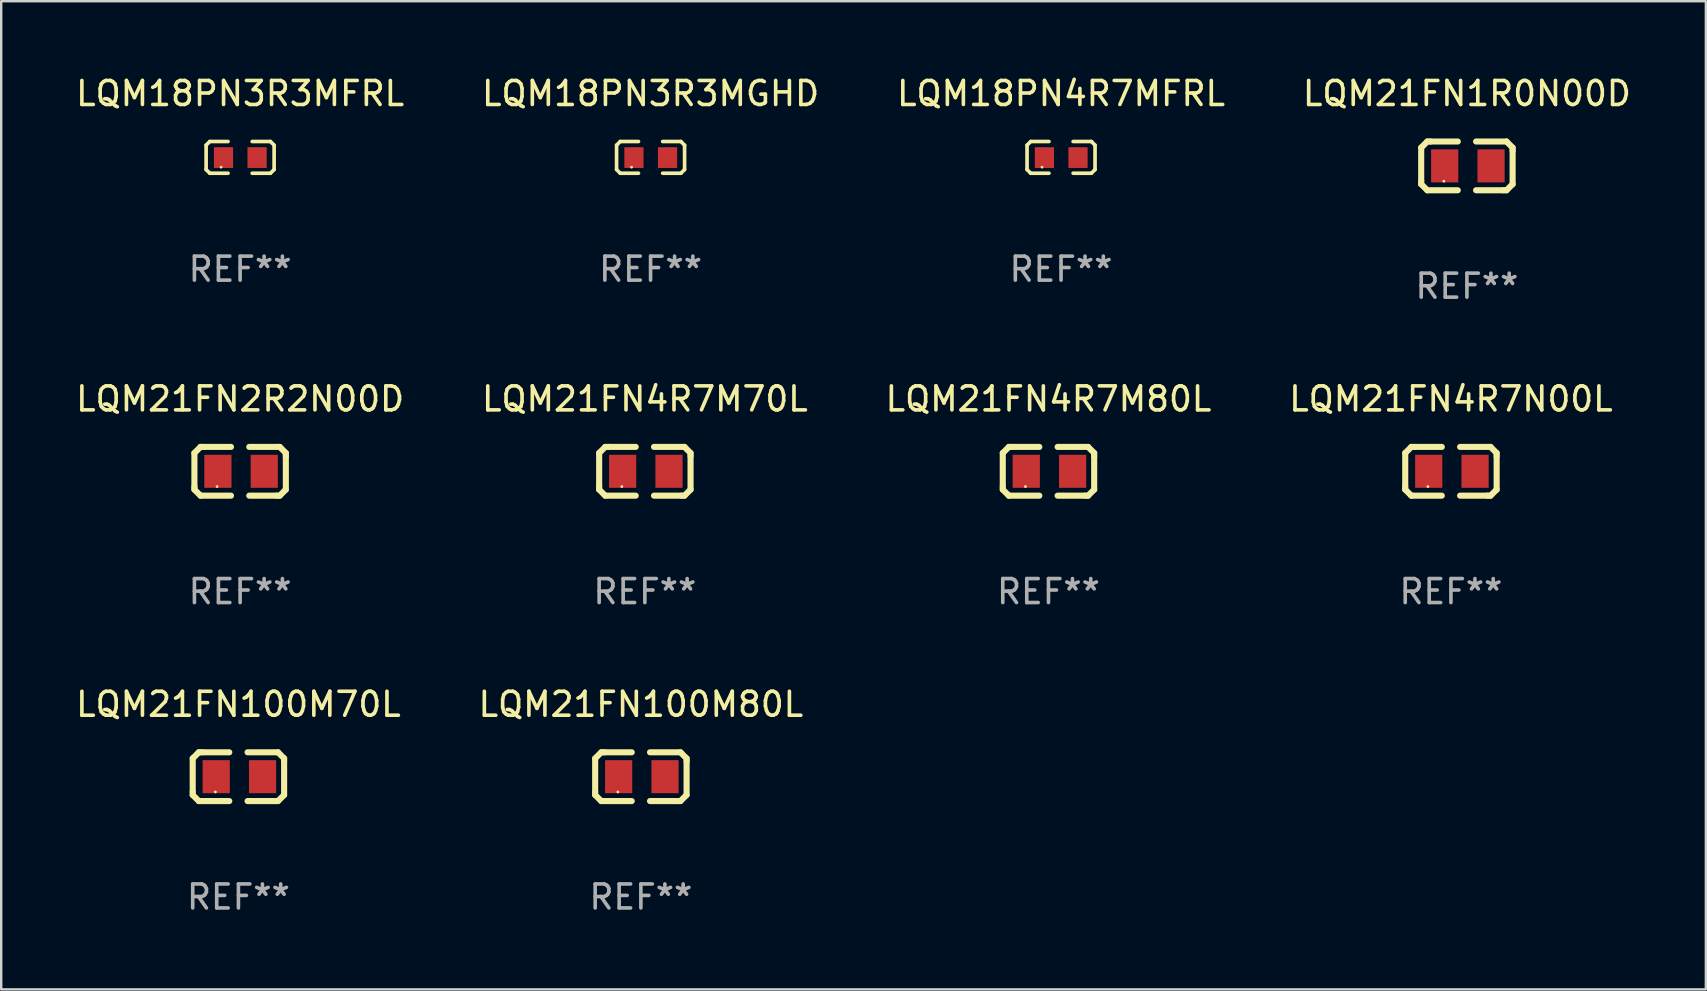
<source format=kicad_pcb>
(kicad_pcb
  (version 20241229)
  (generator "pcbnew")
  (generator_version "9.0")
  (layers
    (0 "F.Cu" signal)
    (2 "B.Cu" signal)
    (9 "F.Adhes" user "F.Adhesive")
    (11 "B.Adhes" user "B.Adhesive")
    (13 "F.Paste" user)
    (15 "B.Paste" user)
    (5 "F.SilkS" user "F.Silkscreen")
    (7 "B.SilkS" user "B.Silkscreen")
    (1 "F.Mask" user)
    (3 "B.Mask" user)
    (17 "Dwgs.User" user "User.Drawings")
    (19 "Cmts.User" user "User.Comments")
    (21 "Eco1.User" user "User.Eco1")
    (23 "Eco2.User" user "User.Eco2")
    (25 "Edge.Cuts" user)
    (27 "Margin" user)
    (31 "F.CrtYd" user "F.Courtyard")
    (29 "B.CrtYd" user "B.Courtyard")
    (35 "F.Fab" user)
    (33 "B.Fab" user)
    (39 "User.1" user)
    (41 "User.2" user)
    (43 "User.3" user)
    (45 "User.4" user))
  (footprint "LQM18PN3R3MFRL"
    (layer "F.Cu")
    (at 6.958 3.509)
    (property "Reference" "LQM18PN3R3MFRL" (at 0 -2.661 0) (layer "F.SilkS") (effects (font (size 1 1) (thickness 0.15))))
    (attr through_hole)
    (fp_line (start -1.417 -0.508) (end -1.265 -0.661) (stroke (width 0.152) (type solid)) (layer "F.SilkS"))
    (fp_line (start -1.417 0.508) (end -1.417 -0.508) (stroke (width 0.152) (type solid)) (layer "F.SilkS"))
    (fp_line (start -1.265 -0.661) (end -0.503 -0.661) (stroke (width 0.152) (type solid)) (layer "F.SilkS"))
    (fp_line (start -1.265 0.661) (end -1.417 0.508) (stroke (width 0.152) (type solid)) (layer "F.SilkS"))
    (fp_line (start -1.265 0.661) (end -0.503 0.661) (stroke (width 0.152) (type solid)) (layer "F.SilkS"))
    (fp_line (start 1.265 -0.661) (end 0.503 -0.661) (stroke (width 0.152) (type solid)) (layer "F.SilkS"))
    (fp_line (start 1.265 -0.661) (end 1.417 -0.508) (stroke (width 0.152) (type solid)) (layer "F.SilkS"))
    (fp_line (start 1.265 0.661) (end 0.503 0.661) (stroke (width 0.152) (type solid)) (layer "F.SilkS"))
    (fp_line (start 1.417 -0.508) (end 1.417 0.508) (stroke (width 0.152) (type solid)) (layer "F.SilkS"))
    (fp_line (start 1.417 0.508) (end 1.265 0.661) (stroke (width 0.152) (type solid)) (layer "F.SilkS"))
    (fp_circle (center -0.793 0.409) (end -0.763 0.409) (stroke (width 0.06) (type solid)) (fill no) (layer "F.SilkS"))
    (fp_text user "REF**" (at 0 4.661 0) (layer "F.Fab") (effects (font (size 1 1) (thickness 0.15))))
    (pad "1" smd rect (at -0.693 0.009 180) (size 0.8 0.864) (layers "F.Cu" "F.Mask" "F.Paste"))
    (pad "2" smd rect (at 0.707 0.009 180) (size 0.8 0.864) (layers "F.Cu" "F.Mask" "F.Paste")))
  (footprint "LQM21FN4R7M70L"
    (layer "F.Cu")
    (at 23.827 16.593)
    (property "Reference" "LQM21FN4R7M70L" (at 0 -3.016 0) (layer "F.SilkS") (effects (font (size 1 1) (thickness 0.15))))
    (attr through_hole)
    (fp_line (start -1.905 -0.762) (end -1.905 0.635) (stroke (width 0.254) (type solid)) (layer "F.SilkS"))
    (fp_line (start -1.905 0.635) (end -1.905 0.762) (stroke (width 0.254) (type solid)) (layer "F.SilkS"))
    (fp_line (start -1.905 0.762) (end -1.651 1.016) (stroke (width 0.254) (type solid)) (layer "F.SilkS"))
    (fp_line (start -1.651 -1.016) (end -1.905 -0.762) (stroke (width 0.254) (type solid)) (layer "F.SilkS"))
    (fp_line (start -1.651 1.016) (end -0.381 1.016) (stroke (width 0.254) (type solid)) (layer "F.SilkS"))
    (fp_line (start -1.524 -1.016) (end -1.651 -1.016) (stroke (width 0.254) (type solid)) (layer "F.SilkS"))
    (fp_line (start -0.381 -1.016) (end -1.524 -1.016) (stroke (width 0.254) (type solid)) (layer "F.SilkS"))
    (fp_line (start 0.381 1.016) (end 1.524 1.016) (stroke (width 0.254) (type solid)) (layer "F.SilkS"))
    (fp_line (start 1.524 1.016) (end 1.651 1.016) (stroke (width 0.254) (type solid)) (layer "F.SilkS"))
    (fp_line (start 1.651 -1.016) (end 0.381 -1.016) (stroke (width 0.254) (type solid)) (layer "F.SilkS"))
    (fp_line (start 1.651 1.016) (end 1.905 0.762) (stroke (width 0.254) (type solid)) (layer "F.SilkS"))
    (fp_line (start 1.905 -0.762) (end 1.651 -1.016) (stroke (width 0.254) (type solid)) (layer "F.SilkS"))
    (fp_line (start 1.905 -0.635) (end 1.905 -0.762) (stroke (width 0.254) (type solid)) (layer "F.SilkS"))
    (fp_line (start 1.905 0.762) (end 1.905 -0.635) (stroke (width 0.254) (type solid)) (layer "F.SilkS"))
    (fp_circle (center -0.96 0.637) (end -0.93 0.637) (stroke (width 0.06) (type solid)) (fill no) (layer "F.SilkS"))
    (fp_text user "REF**" (at 0 5.016 0) (layer "F.Fab") (effects (font (size 1 1) (thickness 0.15))))
    (pad "1" smd rect (at -0.926 -0.000051) (size 1.133 1.377) (layers "F.Cu" "F.Mask" "F.Paste"))
    (pad "2" smd rect (at 1.006 -0.000051) (size 1.133 1.377) (layers "F.Cu" "F.Mask" "F.Paste")))
  (footprint "LQM21FN100M80L"
    (layer "F.Cu")
    (at 23.661 29.321)
    (property "Reference" "LQM21FN100M80L" (at 0 -3.016 0) (layer "F.SilkS") (effects (font (size 1 1) (thickness 0.15))))
    (attr through_hole)
    (fp_line (start -1.905 -0.762) (end -1.905 0.635) (stroke (width 0.254) (type solid)) (layer "F.SilkS"))
    (fp_line (start -1.905 0.635) (end -1.905 0.762) (stroke (width 0.254) (type solid)) (layer "F.SilkS"))
    (fp_line (start -1.905 0.762) (end -1.651 1.016) (stroke (width 0.254) (type solid)) (layer "F.SilkS"))
    (fp_line (start -1.651 -1.016) (end -1.905 -0.762) (stroke (width 0.254) (type solid)) (layer "F.SilkS"))
    (fp_line (start -1.651 1.016) (end -0.381 1.016) (stroke (width 0.254) (type solid)) (layer "F.SilkS"))
    (fp_line (start -1.524 -1.016) (end -1.651 -1.016) (stroke (width 0.254) (type solid)) (layer "F.SilkS"))
    (fp_line (start -0.381 -1.016) (end -1.524 -1.016) (stroke (width 0.254) (type solid)) (layer "F.SilkS"))
    (fp_line (start 0.381 1.016) (end 1.524 1.016) (stroke (width 0.254) (type solid)) (layer "F.SilkS"))
    (fp_line (start 1.524 1.016) (end 1.651 1.016) (stroke (width 0.254) (type solid)) (layer "F.SilkS"))
    (fp_line (start 1.651 -1.016) (end 0.381 -1.016) (stroke (width 0.254) (type solid)) (layer "F.SilkS"))
    (fp_line (start 1.651 1.016) (end 1.905 0.762) (stroke (width 0.254) (type solid)) (layer "F.SilkS"))
    (fp_line (start 1.905 -0.762) (end 1.651 -1.016) (stroke (width 0.254) (type solid)) (layer "F.SilkS"))
    (fp_line (start 1.905 -0.635) (end 1.905 -0.762) (stroke (width 0.254) (type solid)) (layer "F.SilkS"))
    (fp_line (start 1.905 0.762) (end 1.905 -0.635) (stroke (width 0.254) (type solid)) (layer "F.SilkS"))
    (fp_circle (center -0.96 0.637) (end -0.93 0.637) (stroke (width 0.06) (type solid)) (fill no) (layer "F.SilkS"))
    (fp_text user "REF**" (at 0 5.016 0) (layer "F.Fab") (effects (font (size 1 1) (thickness 0.15))))
    (pad "1" smd rect (at -0.926 -0.000051) (size 1.133 1.377) (layers "F.Cu" "F.Mask" "F.Paste"))
    (pad "2" smd rect (at 1.006 -0.000051) (size 1.133 1.377) (layers "F.Cu" "F.Mask" "F.Paste")))
  (footprint "LQM21FN100M70L"
    (layer "F.Cu")
    (at 6.887 29.321)
    (property "Reference" "LQM21FN100M70L" (at 0 -3.016 0) (layer "F.SilkS") (effects (font (size 1 1) (thickness 0.15))))
    (attr through_hole)
    (fp_line (start -1.905 -0.762) (end -1.905 0.635) (stroke (width 0.254) (type solid)) (layer "F.SilkS"))
    (fp_line (start -1.905 0.635) (end -1.905 0.762) (stroke (width 0.254) (type solid)) (layer "F.SilkS"))
    (fp_line (start -1.905 0.762) (end -1.651 1.016) (stroke (width 0.254) (type solid)) (layer "F.SilkS"))
    (fp_line (start -1.651 -1.016) (end -1.905 -0.762) (stroke (width 0.254) (type solid)) (layer "F.SilkS"))
    (fp_line (start -1.651 1.016) (end -0.381 1.016) (stroke (width 0.254) (type solid)) (layer "F.SilkS"))
    (fp_line (start -1.524 -1.016) (end -1.651 -1.016) (stroke (width 0.254) (type solid)) (layer "F.SilkS"))
    (fp_line (start -0.381 -1.016) (end -1.524 -1.016) (stroke (width 0.254) (type solid)) (layer "F.SilkS"))
    (fp_line (start 0.381 1.016) (end 1.524 1.016) (stroke (width 0.254) (type solid)) (layer "F.SilkS"))
    (fp_line (start 1.524 1.016) (end 1.651 1.016) (stroke (width 0.254) (type solid)) (layer "F.SilkS"))
    (fp_line (start 1.651 -1.016) (end 0.381 -1.016) (stroke (width 0.254) (type solid)) (layer "F.SilkS"))
    (fp_line (start 1.651 1.016) (end 1.905 0.762) (stroke (width 0.254) (type solid)) (layer "F.SilkS"))
    (fp_line (start 1.905 -0.762) (end 1.651 -1.016) (stroke (width 0.254) (type solid)) (layer "F.SilkS"))
    (fp_line (start 1.905 -0.635) (end 1.905 -0.762) (stroke (width 0.254) (type solid)) (layer "F.SilkS"))
    (fp_line (start 1.905 0.762) (end 1.905 -0.635) (stroke (width 0.254) (type solid)) (layer "F.SilkS"))
    (fp_circle (center -0.96 0.637) (end -0.93 0.637) (stroke (width 0.06) (type solid)) (fill no) (layer "F.SilkS"))
    (fp_text user "REF**" (at 0 5.016 0) (layer "F.Fab") (effects (font (size 1 1) (thickness 0.15))))
    (pad "1" smd rect (at -0.926 -0.000051) (size 1.133 1.377) (layers "F.Cu" "F.Mask" "F.Paste"))
    (pad "2" smd rect (at 1.006 -0.000051) (size 1.133 1.377) (layers "F.Cu" "F.Mask" "F.Paste")))
  (footprint "LQM21FN4R7N00L"
    (layer "F.Cu")
    (at 57.423 16.593)
    (property "Reference" "LQM21FN4R7N00L" (at 0 -3.016 0) (layer "F.SilkS") (effects (font (size 1 1) (thickness 0.15))))
    (attr through_hole)
    (fp_line (start -1.905 -0.762) (end -1.905 0.635) (stroke (width 0.254) (type solid)) (layer "F.SilkS"))
    (fp_line (start -1.905 0.635) (end -1.905 0.762) (stroke (width 0.254) (type solid)) (layer "F.SilkS"))
    (fp_line (start -1.905 0.762) (end -1.651 1.016) (stroke (width 0.254) (type solid)) (layer "F.SilkS"))
    (fp_line (start -1.651 -1.016) (end -1.905 -0.762) (stroke (width 0.254) (type solid)) (layer "F.SilkS"))
    (fp_line (start -1.651 1.016) (end -0.381 1.016) (stroke (width 0.254) (type solid)) (layer "F.SilkS"))
    (fp_line (start -1.524 -1.016) (end -1.651 -1.016) (stroke (width 0.254) (type solid)) (layer "F.SilkS"))
    (fp_line (start -0.381 -1.016) (end -1.524 -1.016) (stroke (width 0.254) (type solid)) (layer "F.SilkS"))
    (fp_line (start 0.381 1.016) (end 1.524 1.016) (stroke (width 0.254) (type solid)) (layer "F.SilkS"))
    (fp_line (start 1.524 1.016) (end 1.651 1.016) (stroke (width 0.254) (type solid)) (layer "F.SilkS"))
    (fp_line (start 1.651 -1.016) (end 0.381 -1.016) (stroke (width 0.254) (type solid)) (layer "F.SilkS"))
    (fp_line (start 1.651 1.016) (end 1.905 0.762) (stroke (width 0.254) (type solid)) (layer "F.SilkS"))
    (fp_line (start 1.905 -0.762) (end 1.651 -1.016) (stroke (width 0.254) (type solid)) (layer "F.SilkS"))
    (fp_line (start 1.905 -0.635) (end 1.905 -0.762) (stroke (width 0.254) (type solid)) (layer "F.SilkS"))
    (fp_line (start 1.905 0.762) (end 1.905 -0.635) (stroke (width 0.254) (type solid)) (layer "F.SilkS"))
    (fp_circle (center -0.96 0.637) (end -0.93 0.637) (stroke (width 0.06) (type solid)) (fill no) (layer "F.SilkS"))
    (fp_text user "REF**" (at 0 5.016 0) (layer "F.Fab") (effects (font (size 1 1) (thickness 0.15))))
    (pad "1" smd rect (at -0.926 -0.000051) (size 1.133 1.377) (layers "F.Cu" "F.Mask" "F.Paste"))
    (pad "2" smd rect (at 1.006 -0.000051) (size 1.133 1.377) (layers "F.Cu" "F.Mask" "F.Paste")))
  (footprint "LQM21FN4R7M80L"
    (layer "F.Cu")
    (at 40.649 16.593)
    (property "Reference" "LQM21FN4R7M80L" (at 0 -3.016 0) (layer "F.SilkS") (effects (font (size 1 1) (thickness 0.15))))
    (attr through_hole)
    (fp_line (start -1.905 -0.762) (end -1.905 0.635) (stroke (width 0.254) (type solid)) (layer "F.SilkS"))
    (fp_line (start -1.905 0.635) (end -1.905 0.762) (stroke (width 0.254) (type solid)) (layer "F.SilkS"))
    (fp_line (start -1.905 0.762) (end -1.651 1.016) (stroke (width 0.254) (type solid)) (layer "F.SilkS"))
    (fp_line (start -1.651 -1.016) (end -1.905 -0.762) (stroke (width 0.254) (type solid)) (layer "F.SilkS"))
    (fp_line (start -1.651 1.016) (end -0.381 1.016) (stroke (width 0.254) (type solid)) (layer "F.SilkS"))
    (fp_line (start -1.524 -1.016) (end -1.651 -1.016) (stroke (width 0.254) (type solid)) (layer "F.SilkS"))
    (fp_line (start -0.381 -1.016) (end -1.524 -1.016) (stroke (width 0.254) (type solid)) (layer "F.SilkS"))
    (fp_line (start 0.381 1.016) (end 1.524 1.016) (stroke (width 0.254) (type solid)) (layer "F.SilkS"))
    (fp_line (start 1.524 1.016) (end 1.651 1.016) (stroke (width 0.254) (type solid)) (layer "F.SilkS"))
    (fp_line (start 1.651 -1.016) (end 0.381 -1.016) (stroke (width 0.254) (type solid)) (layer "F.SilkS"))
    (fp_line (start 1.651 1.016) (end 1.905 0.762) (stroke (width 0.254) (type solid)) (layer "F.SilkS"))
    (fp_line (start 1.905 -0.762) (end 1.651 -1.016) (stroke (width 0.254) (type solid)) (layer "F.SilkS"))
    (fp_line (start 1.905 -0.635) (end 1.905 -0.762) (stroke (width 0.254) (type solid)) (layer "F.SilkS"))
    (fp_line (start 1.905 0.762) (end 1.905 -0.635) (stroke (width 0.254) (type solid)) (layer "F.SilkS"))
    (fp_circle (center -0.96 0.637) (end -0.93 0.637) (stroke (width 0.06) (type solid)) (fill no) (layer "F.SilkS"))
    (fp_text user "REF**" (at 0 5.016 0) (layer "F.Fab") (effects (font (size 1 1) (thickness 0.15))))
    (pad "1" smd rect (at -0.926 -0.000051) (size 1.133 1.377) (layers "F.Cu" "F.Mask" "F.Paste"))
    (pad "2" smd rect (at 1.006 -0.000051) (size 1.133 1.377) (layers "F.Cu" "F.Mask" "F.Paste")))
  (footprint "LQM18PN4R7MFRL"
    (layer "F.Cu")
    (at 41.173 3.509)
    (property "Reference" "LQM18PN4R7MFRL" (at 0 -2.661 0) (layer "F.SilkS") (effects (font (size 1 1) (thickness 0.15))))
    (attr through_hole)
    (fp_line (start -1.417 -0.508) (end -1.265 -0.661) (stroke (width 0.152) (type solid)) (layer "F.SilkS"))
    (fp_line (start -1.417 0.508) (end -1.417 -0.508) (stroke (width 0.152) (type solid)) (layer "F.SilkS"))
    (fp_line (start -1.265 -0.661) (end -0.503 -0.661) (stroke (width 0.152) (type solid)) (layer "F.SilkS"))
    (fp_line (start -1.265 0.661) (end -1.417 0.508) (stroke (width 0.152) (type solid)) (layer "F.SilkS"))
    (fp_line (start -1.265 0.661) (end -0.503 0.661) (stroke (width 0.152) (type solid)) (layer "F.SilkS"))
    (fp_line (start 1.265 -0.661) (end 0.503 -0.661) (stroke (width 0.152) (type solid)) (layer "F.SilkS"))
    (fp_line (start 1.265 -0.661) (end 1.417 -0.508) (stroke (width 0.152) (type solid)) (layer "F.SilkS"))
    (fp_line (start 1.265 0.661) (end 0.503 0.661) (stroke (width 0.152) (type solid)) (layer "F.SilkS"))
    (fp_line (start 1.417 -0.508) (end 1.417 0.508) (stroke (width 0.152) (type solid)) (layer "F.SilkS"))
    (fp_line (start 1.417 0.508) (end 1.265 0.661) (stroke (width 0.152) (type solid)) (layer "F.SilkS"))
    (fp_circle (center -0.793 0.409) (end -0.763 0.409) (stroke (width 0.06) (type solid)) (fill no) (layer "F.SilkS"))
    (fp_text user "REF**" (at 0 4.661 0) (layer "F.Fab") (effects (font (size 1 1) (thickness 0.15))))
    (pad "1" smd rect (at -0.693 0.009 180) (size 0.8 0.864) (layers "F.Cu" "F.Mask" "F.Paste"))
    (pad "2" smd rect (at 0.707 0.009 180) (size 0.8 0.864) (layers "F.Cu" "F.Mask" "F.Paste")))
  (footprint "LQM21FN1R0N00D"
    (layer "F.Cu")
    (at 58.089 3.864)
    (property "Reference" "LQM21FN1R0N00D" (at 0 -3.016 0) (layer "F.SilkS") (effects (font (size 1 1) (thickness 0.15))))
    (attr through_hole)
    (fp_line (start -1.905 -0.762) (end -1.905 0.635) (stroke (width 0.254) (type solid)) (layer "F.SilkS"))
    (fp_line (start -1.905 0.635) (end -1.905 0.762) (stroke (width 0.254) (type solid)) (layer "F.SilkS"))
    (fp_line (start -1.905 0.762) (end -1.651 1.016) (stroke (width 0.254) (type solid)) (layer "F.SilkS"))
    (fp_line (start -1.651 -1.016) (end -1.905 -0.762) (stroke (width 0.254) (type solid)) (layer "F.SilkS"))
    (fp_line (start -1.651 1.016) (end -0.381 1.016) (stroke (width 0.254) (type solid)) (layer "F.SilkS"))
    (fp_line (start -1.524 -1.016) (end -1.651 -1.016) (stroke (width 0.254) (type solid)) (layer "F.SilkS"))
    (fp_line (start -0.381 -1.016) (end -1.524 -1.016) (stroke (width 0.254) (type solid)) (layer "F.SilkS"))
    (fp_line (start 0.381 1.016) (end 1.524 1.016) (stroke (width 0.254) (type solid)) (layer "F.SilkS"))
    (fp_line (start 1.524 1.016) (end 1.651 1.016) (stroke (width 0.254) (type solid)) (layer "F.SilkS"))
    (fp_line (start 1.651 -1.016) (end 0.381 -1.016) (stroke (width 0.254) (type solid)) (layer "F.SilkS"))
    (fp_line (start 1.651 1.016) (end 1.905 0.762) (stroke (width 0.254) (type solid)) (layer "F.SilkS"))
    (fp_line (start 1.905 -0.762) (end 1.651 -1.016) (stroke (width 0.254) (type solid)) (layer "F.SilkS"))
    (fp_line (start 1.905 -0.635) (end 1.905 -0.762) (stroke (width 0.254) (type solid)) (layer "F.SilkS"))
    (fp_line (start 1.905 0.762) (end 1.905 -0.635) (stroke (width 0.254) (type solid)) (layer "F.SilkS"))
    (fp_circle (center -0.96 0.637) (end -0.93 0.637) (stroke (width 0.06) (type solid)) (fill no) (layer "F.SilkS"))
    (fp_text user "REF**" (at 0 5.016 0) (layer "F.Fab") (effects (font (size 1 1) (thickness 0.15))))
    (pad "1" smd rect (at -0.926 -0.000051) (size 1.133 1.377) (layers "F.Cu" "F.Mask" "F.Paste"))
    (pad "2" smd rect (at 1.006 -0.000051) (size 1.133 1.377) (layers "F.Cu" "F.Mask" "F.Paste")))
  (footprint "LQM18PN3R3MGHD"
    (layer "F.Cu")
    (at 24.065 3.509)
    (property "Reference" "LQM18PN3R3MGHD" (at 0 -2.661 0) (layer "F.SilkS") (effects (font (size 1 1) (thickness 0.15))))
    (attr through_hole)
    (fp_line (start -1.417 -0.508) (end -1.265 -0.661) (stroke (width 0.152) (type solid)) (layer "F.SilkS"))
    (fp_line (start -1.417 0.508) (end -1.417 -0.508) (stroke (width 0.152) (type solid)) (layer "F.SilkS"))
    (fp_line (start -1.265 -0.661) (end -0.503 -0.661) (stroke (width 0.152) (type solid)) (layer "F.SilkS"))
    (fp_line (start -1.265 0.661) (end -1.417 0.508) (stroke (width 0.152) (type solid)) (layer "F.SilkS"))
    (fp_line (start -1.265 0.661) (end -0.503 0.661) (stroke (width 0.152) (type solid)) (layer "F.SilkS"))
    (fp_line (start 1.265 -0.661) (end 0.503 -0.661) (stroke (width 0.152) (type solid)) (layer "F.SilkS"))
    (fp_line (start 1.265 -0.661) (end 1.417 -0.508) (stroke (width 0.152) (type solid)) (layer "F.SilkS"))
    (fp_line (start 1.265 0.661) (end 0.503 0.661) (stroke (width 0.152) (type solid)) (layer "F.SilkS"))
    (fp_line (start 1.417 -0.508) (end 1.417 0.508) (stroke (width 0.152) (type solid)) (layer "F.SilkS"))
    (fp_line (start 1.417 0.508) (end 1.265 0.661) (stroke (width 0.152) (type solid)) (layer "F.SilkS"))
    (fp_circle (center -0.793 0.409) (end -0.763 0.409) (stroke (width 0.06) (type solid)) (fill no) (layer "F.SilkS"))
    (fp_text user "REF**" (at 0 4.661 0) (layer "F.Fab") (effects (font (size 1 1) (thickness 0.15))))
    (pad "1" smd rect (at -0.693 0.009 180) (size 0.8 0.864) (layers "F.Cu" "F.Mask" "F.Paste"))
    (pad "2" smd rect (at 0.707 0.009 180) (size 0.8 0.864) (layers "F.Cu" "F.Mask" "F.Paste")))
  (footprint "LQM21FN2R2N00D"
    (layer "F.Cu")
    (at 6.958 16.593)
    (property "Reference" "LQM21FN2R2N00D" (at 0 -3.016 0) (layer "F.SilkS") (effects (font (size 1 1) (thickness 0.15))))
    (attr through_hole)
    (fp_line (start -1.905 -0.762) (end -1.905 0.635) (stroke (width 0.254) (type solid)) (layer "F.SilkS"))
    (fp_line (start -1.905 0.635) (end -1.905 0.762) (stroke (width 0.254) (type solid)) (layer "F.SilkS"))
    (fp_line (start -1.905 0.762) (end -1.651 1.016) (stroke (width 0.254) (type solid)) (layer "F.SilkS"))
    (fp_line (start -1.651 -1.016) (end -1.905 -0.762) (stroke (width 0.254) (type solid)) (layer "F.SilkS"))
    (fp_line (start -1.651 1.016) (end -0.381 1.016) (stroke (width 0.254) (type solid)) (layer "F.SilkS"))
    (fp_line (start -1.524 -1.016) (end -1.651 -1.016) (stroke (width 0.254) (type solid)) (layer "F.SilkS"))
    (fp_line (start -0.381 -1.016) (end -1.524 -1.016) (stroke (width 0.254) (type solid)) (layer "F.SilkS"))
    (fp_line (start 0.381 1.016) (end 1.524 1.016) (stroke (width 0.254) (type solid)) (layer "F.SilkS"))
    (fp_line (start 1.524 1.016) (end 1.651 1.016) (stroke (width 0.254) (type solid)) (layer "F.SilkS"))
    (fp_line (start 1.651 -1.016) (end 0.381 -1.016) (stroke (width 0.254) (type solid)) (layer "F.SilkS"))
    (fp_line (start 1.651 1.016) (end 1.905 0.762) (stroke (width 0.254) (type solid)) (layer "F.SilkS"))
    (fp_line (start 1.905 -0.762) (end 1.651 -1.016) (stroke (width 0.254) (type solid)) (layer "F.SilkS"))
    (fp_line (start 1.905 -0.635) (end 1.905 -0.762) (stroke (width 0.254) (type solid)) (layer "F.SilkS"))
    (fp_line (start 1.905 0.762) (end 1.905 -0.635) (stroke (width 0.254) (type solid)) (layer "F.SilkS"))
    (fp_circle (center -0.96 0.637) (end -0.93 0.637) (stroke (width 0.06) (type solid)) (fill no) (layer "F.SilkS"))
    (fp_text user "REF**" (at 0 5.016 0) (layer "F.Fab") (effects (font (size 1 1) (thickness 0.15))))
    (pad "1" smd rect (at -0.926 -0.000051) (size 1.133 1.377) (layers "F.Cu" "F.Mask" "F.Paste"))
    (pad "2" smd rect (at 1.006 -0.000051) (size 1.133 1.377) (layers "F.Cu" "F.Mask" "F.Paste")))
  (gr_rect
    (start -3 -3)
    (end 68.048 38.186)
    (stroke (width 0.1) (type default))
    (fill no)
    (layer "Edge.Cuts")))
</source>
